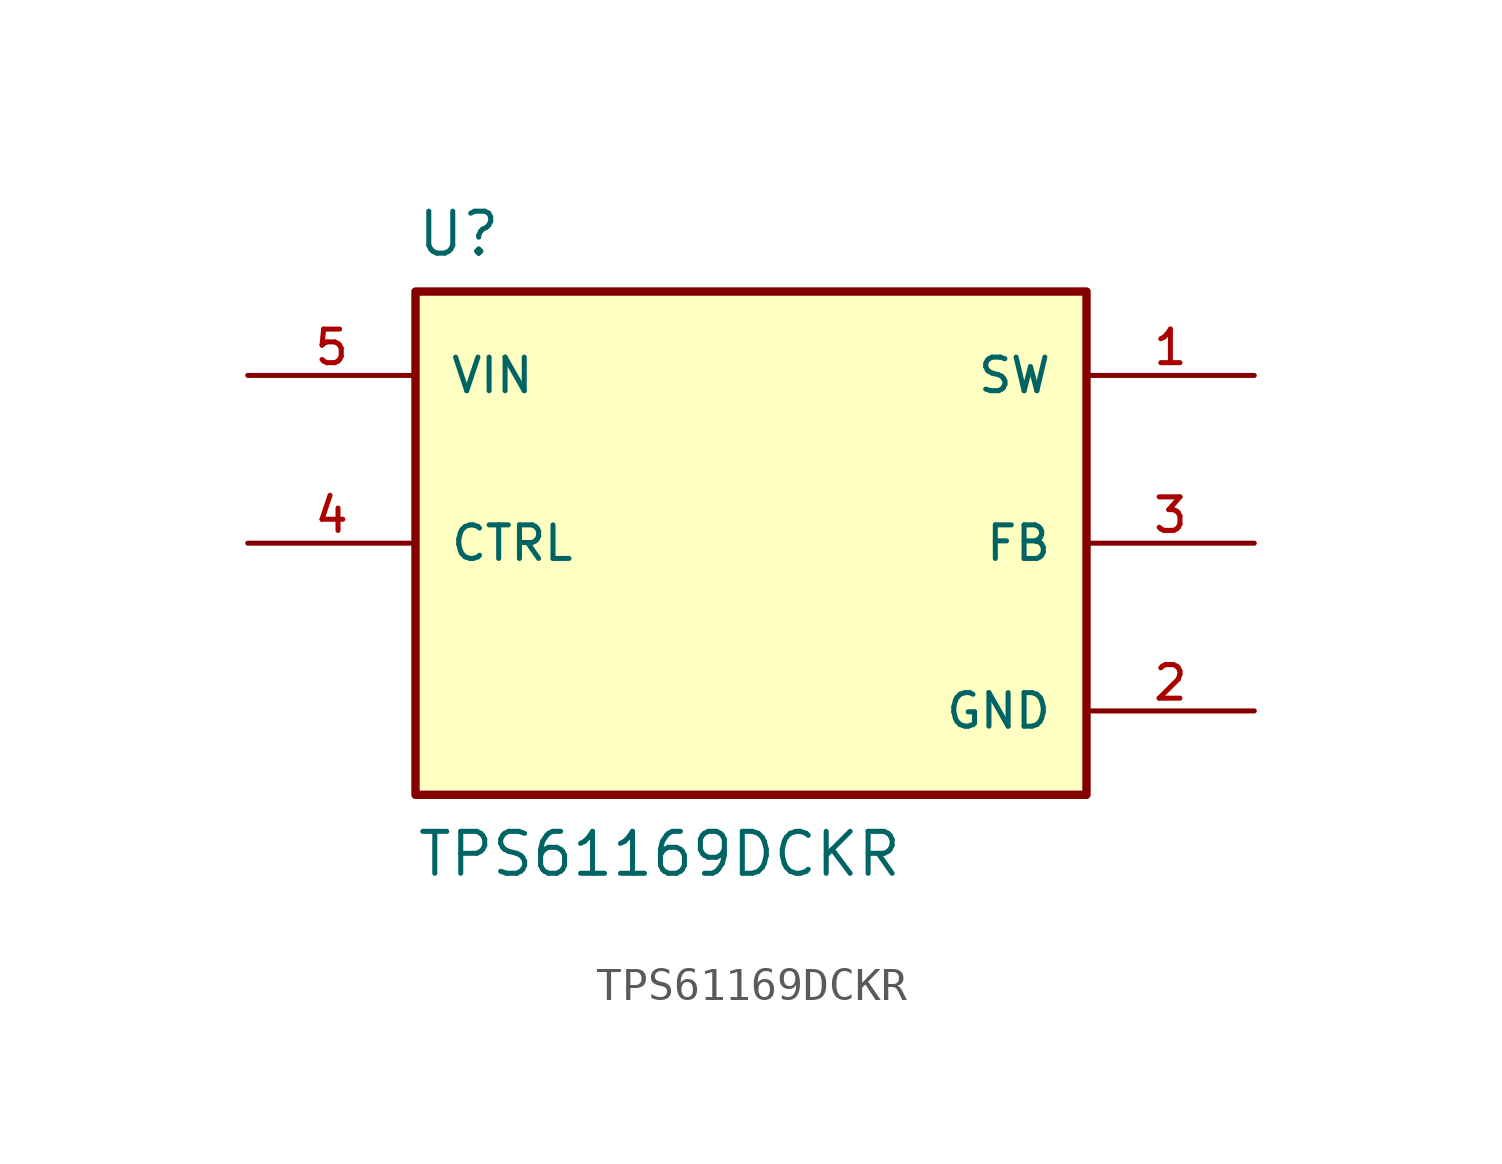
<source format=kicad_sym>
(kicad_symbol_lib
  (version 20231120)
  (generator "kicad_symbol_editor")
  (generator_version "8.0")
  (symbol "TPS61169DCKR"
    (pin_names
      (offset 1.016))
    (property "Reference" "U"
      (at -10.16 8.62 0)
      (effects (font (size 1.27 1.27)) (justify left bottom)))
    (property "Value" "TPS61169DCKR"
      (at -10.16 -10.16 0)
      (effects (font (size 1.27 1.27)) (justify left bottom)))
    (symbol "TPS61169DCKR_0_0"
      (rectangle (start -10.16 7.62) (end 10.16 -7.62) (stroke (width 0.254) (type default)) (fill (type background)))
      (pin input line (at 15.24 5.08 180) (length 5.08) (name "SW" (effects (font (size 1.016 1.016)))) (number "1" (effects (font (size 1.016 1.016)))))
      (pin power_in line (at 15.24 -5.08 180) (length 5.08) (name "GND" (effects (font (size 1.016 1.016)))) (number "2" (effects (font (size 1.016 1.016)))))
      (pin input line (at 15.24 0 180) (length 5.08) (name "FB" (effects (font (size 1.016 1.016)))) (number "3" (effects (font (size 1.016 1.016)))))
      (pin input line (at -15.24 0 0) (length 5.08) (name "CTRL" (effects (font (size 1.016 1.016)))) (number "4" (effects (font (size 1.016 1.016)))))
      (pin power_in line (at -15.24 5.08 0) (length 5.08) (name "VIN" (effects (font (size 1.016 1.016)))) (number "5" (effects (font (size 1.016 1.016))))))))
</source>
